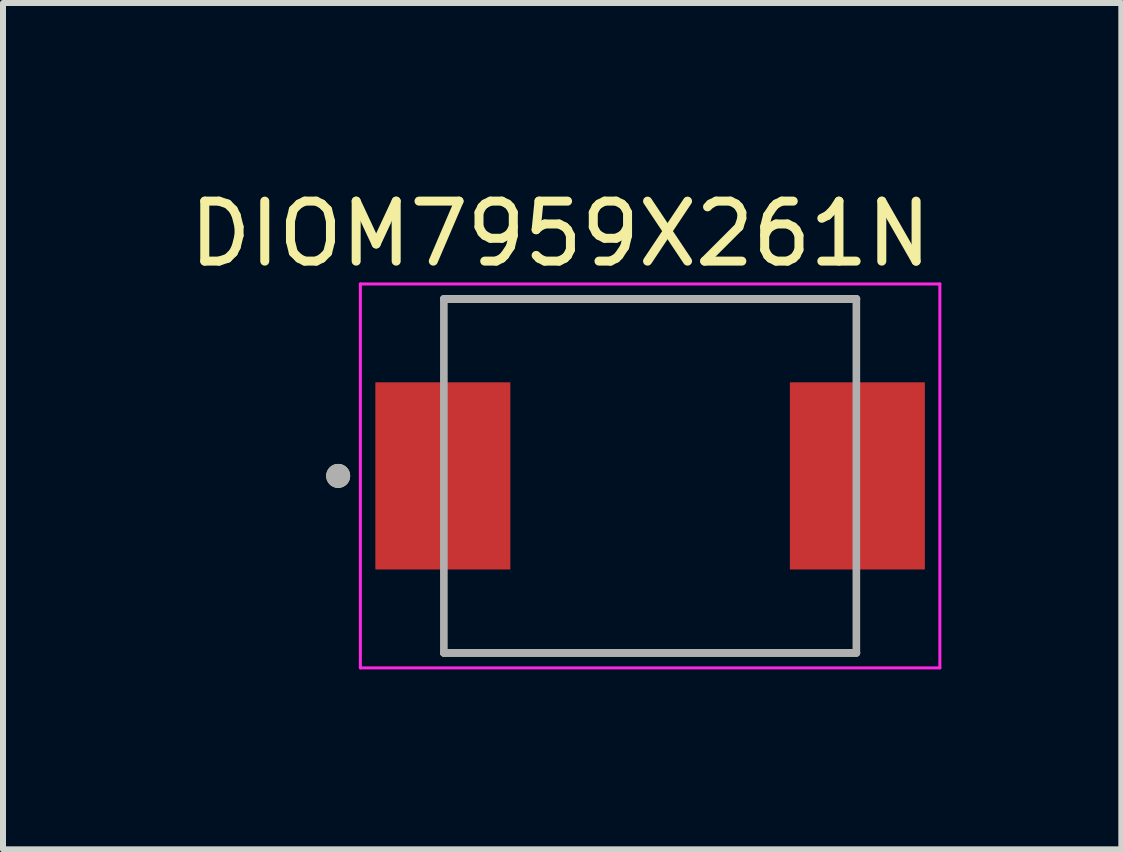
<source format=kicad_pcb>
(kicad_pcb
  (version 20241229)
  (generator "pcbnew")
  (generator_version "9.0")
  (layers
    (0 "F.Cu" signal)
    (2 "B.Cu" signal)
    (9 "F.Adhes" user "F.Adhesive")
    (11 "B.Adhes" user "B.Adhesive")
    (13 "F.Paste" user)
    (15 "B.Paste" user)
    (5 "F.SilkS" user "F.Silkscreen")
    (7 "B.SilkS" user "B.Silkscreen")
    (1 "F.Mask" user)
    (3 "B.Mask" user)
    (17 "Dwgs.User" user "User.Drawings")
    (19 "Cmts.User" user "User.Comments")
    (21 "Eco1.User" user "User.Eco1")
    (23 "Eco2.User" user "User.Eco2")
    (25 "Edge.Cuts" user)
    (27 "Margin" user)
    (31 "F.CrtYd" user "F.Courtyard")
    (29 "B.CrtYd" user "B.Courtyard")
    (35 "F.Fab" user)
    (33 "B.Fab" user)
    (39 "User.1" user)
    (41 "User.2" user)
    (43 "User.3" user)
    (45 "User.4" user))
  (footprint "DIOM7959X261N"
    (layer "F.Cu")
    (at 7.787 4.883)
    (property "Reference" "DIOM7959X261N" (at -1.495 -4.035 0) (layer "F.SilkS") (effects (font (size 1 1) (thickness 0.15))))
    (attr through_hole)
    (fp_line (start -3.438 2.95) (end 3.438 2.95) (stroke (width 0.127) (type solid)) (layer "F.SilkS"))
    (fp_line (start 3.438 -2.95) (end -3.438 -2.95) (stroke (width 0.127) (type solid)) (layer "F.SilkS"))
    (fp_circle (center -5.2 0) (end -5.1 0) (stroke (width 0.2) (type solid)) (fill no) (layer "F.SilkS"))
    (fp_line (start -4.83 -3.2) (end -4.83 3.2) (stroke (width 0.05) (type solid)) (layer "F.CrtYd"))
    (fp_line (start -4.83 3.2) (end 4.83 3.2) (stroke (width 0.05) (type solid)) (layer "F.CrtYd"))
    (fp_line (start 4.83 -3.2) (end -4.83 -3.2) (stroke (width 0.05) (type solid)) (layer "F.CrtYd"))
    (fp_line (start 4.83 3.2) (end 4.83 -3.2) (stroke (width 0.05) (type solid)) (layer "F.CrtYd"))
    (fp_line (start -3.438 -2.95) (end -3.438 2.95) (stroke (width 0.127) (type solid)) (layer "F.Fab"))
    (fp_line (start -3.438 2.95) (end 3.438 2.95) (stroke (width 0.127) (type solid)) (layer "F.Fab"))
    (fp_line (start 3.438 -2.95) (end -3.438 -2.95) (stroke (width 0.127) (type solid)) (layer "F.Fab"))
    (fp_line (start 3.438 2.95) (end 3.438 -2.95) (stroke (width 0.127) (type solid)) (layer "F.Fab"))
    (fp_circle (center -5.2 0) (end -5.1 0) (stroke (width 0.2) (type solid)) (fill no) (layer "F.Fab"))
    (pad "A" smd rect (at 3.455 0) (size 2.25 3.12) (layers "F.Cu" "F.Mask" "F.Paste"))
    (pad "C" smd rect (at -3.455 0) (size 2.25 3.12) (layers "F.Cu" "F.Mask" "F.Paste")))
  (gr_rect
    (start -3 -3)
    (end 15.642 11.108)
    (stroke (width 0.1) (type default))
    (fill no)
    (layer "Edge.Cuts")))
</source>
